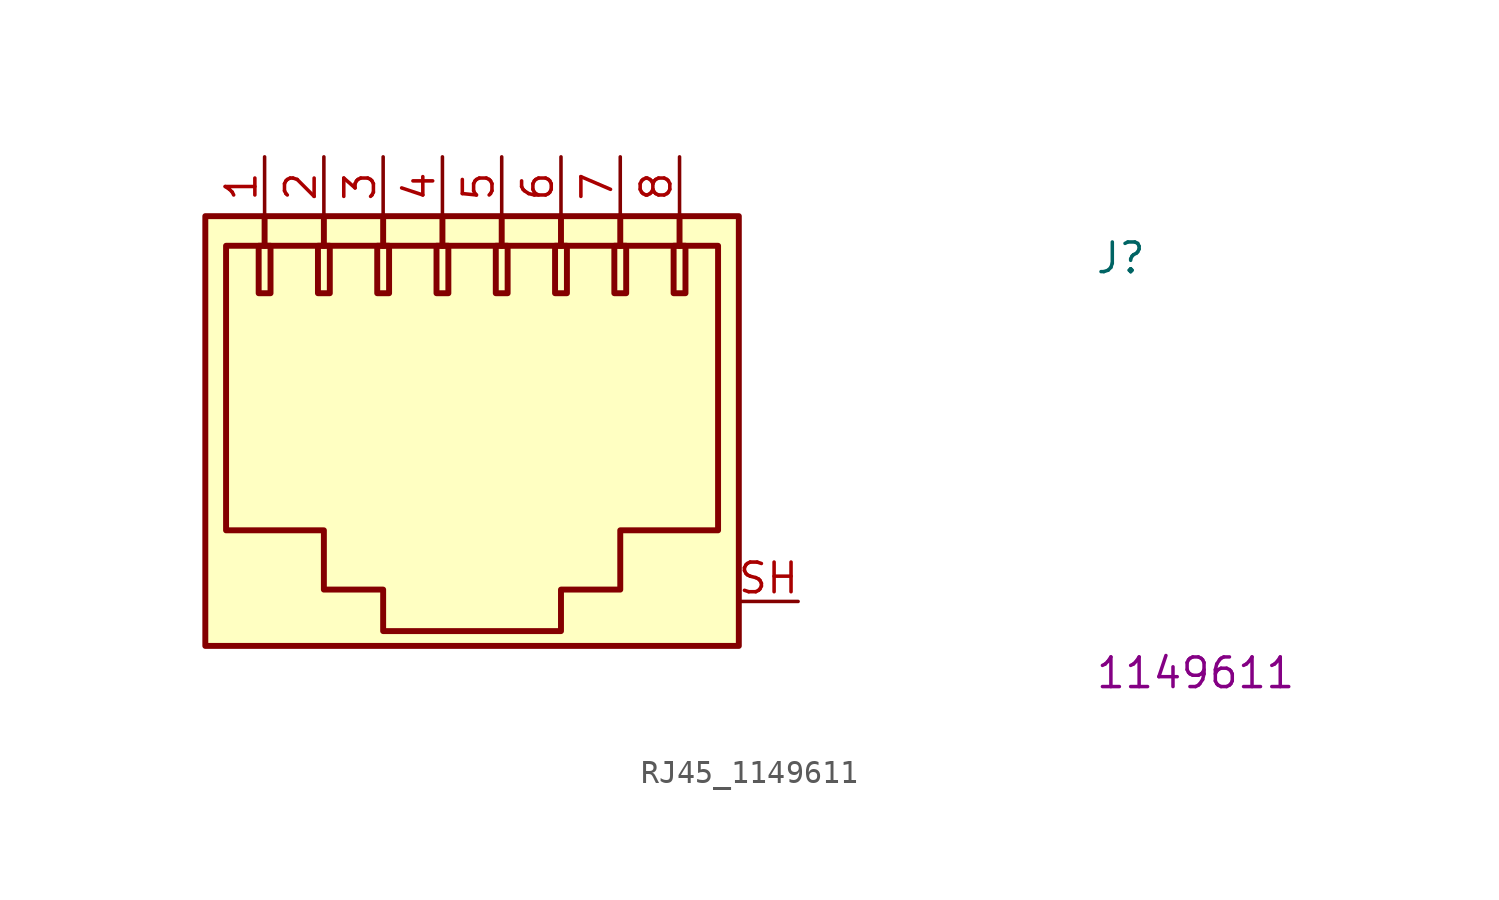
<source format=kicad_sym>
(kicad_symbol_lib
  (version 20220914)
  (generator kicad_symbol_editor)
  (symbol "RJ45_1149611"
    (property "Reference" "J"
      (at 35.56 -5.08 0)
      (effects (font (size 1.27 1.27) (thickness 0.15)) (justify left bottom)))
    (property "MPN" "1149611"
      (at 35.56 -22.86 0)
      (effects (font (size 1.27 1.27) (thickness 0.15)) (justify left bottom)))
    (symbol "RJ45_1149611_1_1"
      (rectangle (start -2.54 -2.54) (end 20.32 -20.955) (stroke (width 0.254) (type default)) (fill (type background)))
      (rectangle (start -0.254 -3.81) (end 0.254 -5.842) (stroke (width 0.254) (type default)) (fill (type background)))
      (polyline (pts (xy 0 -2.54) (xy 0 -3.81)) (stroke (width 0.254) (type default)) (fill (type background)))
      (polyline (pts (xy 2.54 -2.54) (xy 2.54 -3.81)) (stroke (width 0.254) (type default)) (fill (type background)))
      (polyline (pts (xy 5.08 -2.54) (xy 5.08 -3.81)) (stroke (width 0.254) (type default)) (fill (type background)))
      (polyline (pts (xy 7.62 -2.54) (xy 7.62 -3.81)) (stroke (width 0.254) (type default)) (fill (type background)))
      (polyline (pts (xy 10.16 -2.54) (xy 10.16 -3.81)) (stroke (width 0.254) (type default)) (fill (type background)))
      (polyline (pts (xy 12.7 -2.54) (xy 12.7 -3.81)) (stroke (width 0.254) (type default)) (fill (type background)))
      (polyline (pts (xy 15.24 -2.54) (xy 15.24 -3.81)) (stroke (width 0.254) (type default)) (fill (type background)))
      (polyline (pts (xy 17.78 -2.54) (xy 17.78 -3.81)) (stroke (width 0.254) (type default)) (fill (type background)))
      (polyline (pts (xy -1.651 -3.81) (xy 19.431 -3.81) (xy 19.431 -16.002) (xy 15.24 -16.002) (xy 15.24 -18.542) (xy 12.7 -18.542) (xy 12.7 -20.32) (xy 5.08 -20.32) (xy 5.08 -18.542) (xy 2.54 -18.542) (xy 2.54 -16.002) (xy -1.651 -16.002) (xy -1.651 -3.81)) (stroke (width 0.254) (type default)) (fill (type background)))
      (rectangle (start 2.286 -3.81) (end 2.794 -5.842) (stroke (width 0.254) (type default)) (fill (type background)))
      (rectangle (start 4.826 -3.81) (end 5.334 -5.842) (stroke (width 0.254) (type default)) (fill (type background)))
      (rectangle (start 7.366 -3.81) (end 7.874 -5.842) (stroke (width 0.254) (type default)) (fill (type background)))
      (rectangle (start 9.906 -3.81) (end 10.414 -5.842) (stroke (width 0.254) (type default)) (fill (type background)))
      (rectangle (start 12.446 -3.81) (end 12.954 -5.842) (stroke (width 0.254) (type default)) (fill (type background)))
      (rectangle (start 14.986 -3.81) (end 15.494 -5.842) (stroke (width 0.254) (type default)) (fill (type background)))
      (rectangle (start 17.526 -3.81) (end 18.034 -5.842) (stroke (width 0.254) (type default)) (fill (type background)))
      (pin passive line (at 0 0 270) (length 2.54) (name "~" (effects (font (size 1.27 1.27)))) (number "1" (effects (font (size 1.27 1.27)))))
      (pin passive line (at 2.54 0 270) (length 2.54) (name "~" (effects (font (size 1.27 1.27)))) (number "2" (effects (font (size 1.27 1.27)))))
      (pin passive line (at 5.08 0 270) (length 2.54) (name "~" (effects (font (size 1.27 1.27)))) (number "3" (effects (font (size 1.27 1.27)))))
      (pin passive line (at 7.62 0 270) (length 2.54) (name "~" (effects (font (size 1.27 1.27)))) (number "4" (effects (font (size 1.27 1.27)))))
      (pin passive line (at 10.16 0 270) (length 2.54) (name "~" (effects (font (size 1.27 1.27)))) (number "5" (effects (font (size 1.27 1.27)))))
      (pin passive line (at 12.7 0 270) (length 2.54) (name "~" (effects (font (size 1.27 1.27)))) (number "6" (effects (font (size 1.27 1.27)))))
      (pin passive line (at 15.24 0 270) (length 2.54) (name "~" (effects (font (size 1.27 1.27)))) (number "7" (effects (font (size 1.27 1.27)))))
      (pin passive line (at 17.78 0 270) (length 2.54) (name "~" (effects (font (size 1.27 1.27)))) (number "8" (effects (font (size 1.27 1.27)))))
      (pin passive line (at 22.86 -19.05 180) (length 2.54) (name "~" (effects (font (size 1.27 1.27)))) (number "SH" (effects (font (size 1.27 1.27))))))))
</source>
